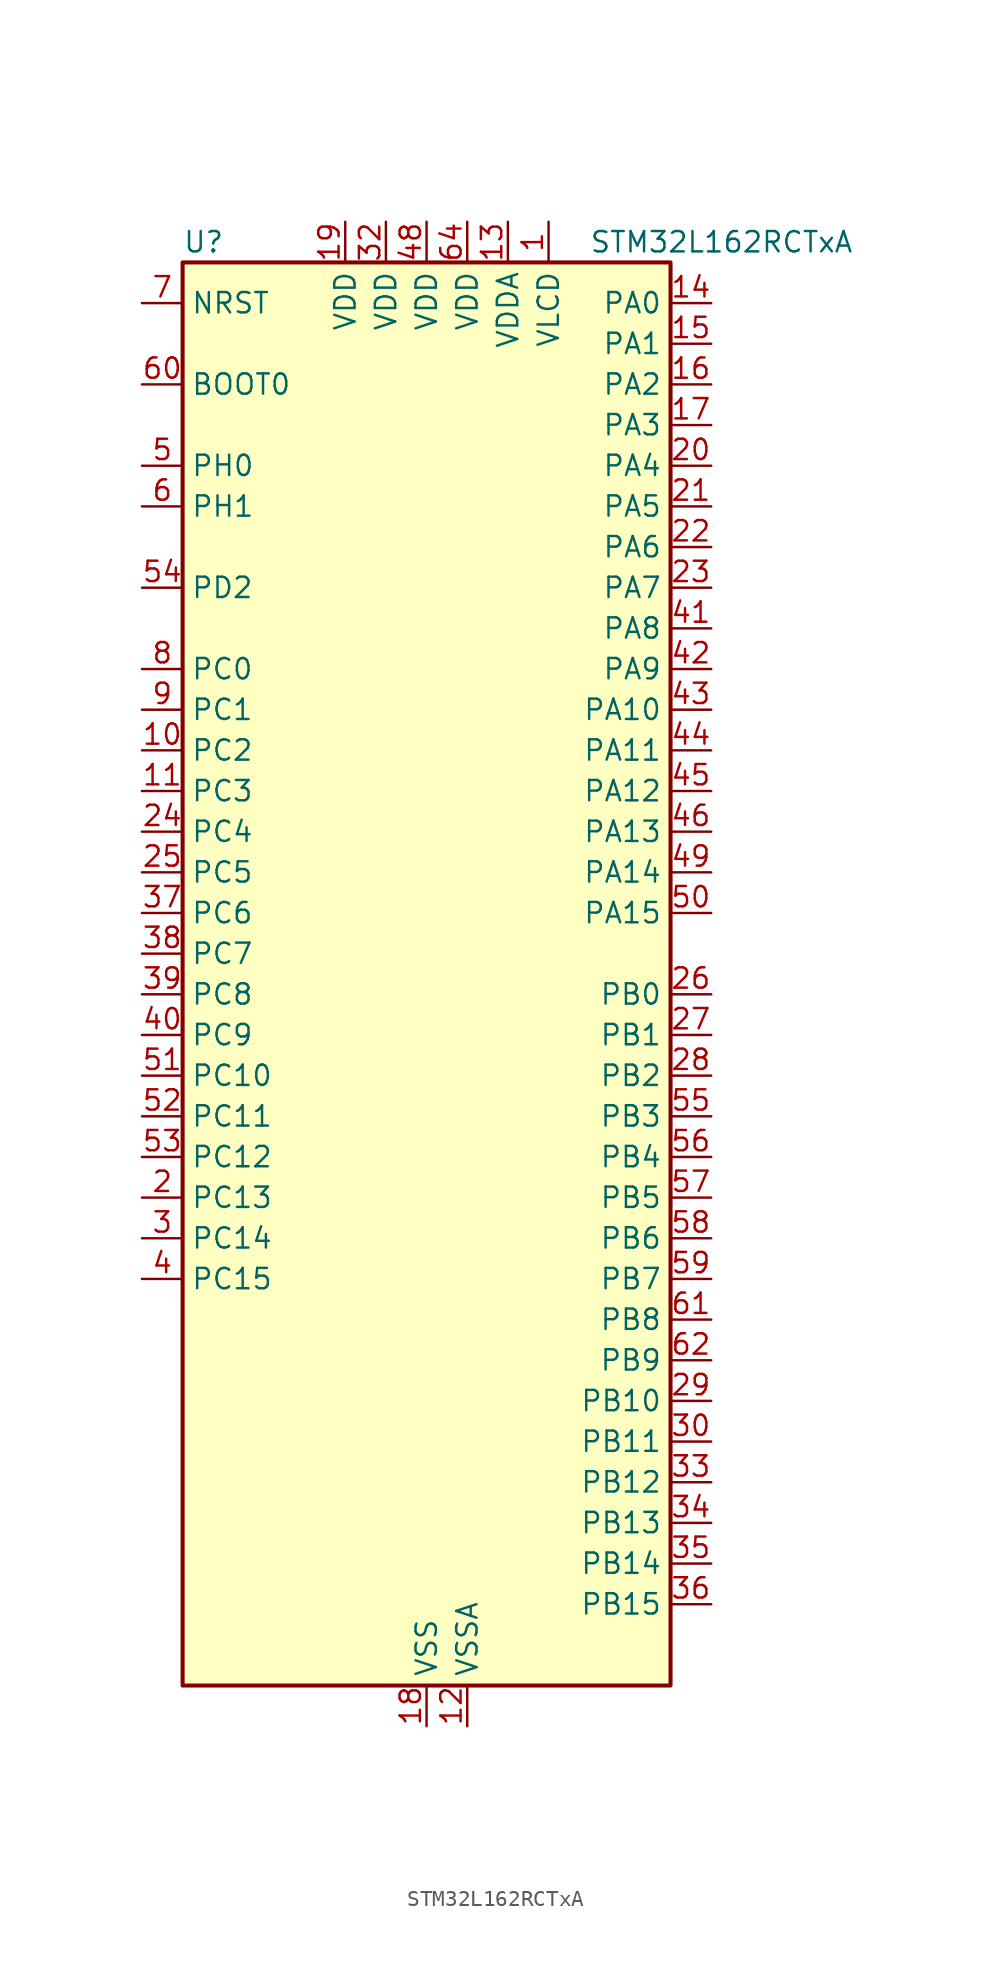
<source format=kicad_sym>
(kicad_symbol_lib
  (version 20231120)
  (generator "kicad-library-utils")
  (generator_version "8.0")
  (symbol "STM32L162RCTxA"
    (property "Reference" "U"
      (at -15.24 46.99 0)
      (effects (font (size 1.27 1.27)) (justify left)))
    (property "Value" "STM32L162RCTxA"
      (at 10.16 46.99 0)
      (effects (font (size 1.27 1.27)) (justify left)))
    (symbol "STM32L162RCTxA_0_1"
      (rectangle (start -15.24 -43.18) (end 15.24 45.72) (stroke (width 0.254) (type default)) (fill (type background))))
    (symbol "STM32L162RCTxA_1_1"
      (pin power_in line (at 7.62 48.26 270) (length 2.54) (name "VLCD" (effects (font (size 1.27 1.27)))) (number "1" (effects (font (size 1.27 1.27)))))
      (pin bidirectional line (at -17.78 15.24 0) (length 2.54) (name "PC2" (effects (font (size 1.27 1.27)))) (number "10" (effects (font (size 1.27 1.27)))) (alternate "ADC_IN12" bidirectional line) (alternate "COMP1_INP" bidirectional line) (alternate "LCD_SEG20" bidirectional line) (alternate "TIMX_IC3" bidirectional line) (alternate "TS_G8_IO3" bidirectional line))
      (pin bidirectional line (at -17.78 12.7 0) (length 2.54) (name "PC3" (effects (font (size 1.27 1.27)))) (number "11" (effects (font (size 1.27 1.27)))) (alternate "ADC_IN13" bidirectional line) (alternate "COMP1_INP" bidirectional line) (alternate "LCD_SEG21" bidirectional line) (alternate "TIMX_IC4" bidirectional line) (alternate "TS_G8_IO4" bidirectional line))
      (pin power_in line (at 2.54 -45.72 90) (length 2.54) (name "VSSA" (effects (font (size 1.27 1.27)))) (number "12" (effects (font (size 1.27 1.27)))))
      (pin power_in line (at 5.08 48.26 270) (length 2.54) (name "VDDA" (effects (font (size 1.27 1.27)))) (number "13" (effects (font (size 1.27 1.27)))))
      (pin bidirectional line (at 17.78 43.18 180) (length 2.54) (name "PA0" (effects (font (size 1.27 1.27)))) (number "14" (effects (font (size 1.27 1.27)))) (alternate "ADC_IN0" bidirectional line) (alternate "COMP1_INP" bidirectional line) (alternate "RTC_TAMP2" bidirectional line) (alternate "SYS_WKUP1" bidirectional line) (alternate "TIM2_CH1" bidirectional line) (alternate "TIM2_ETR" bidirectional line) (alternate "TIM5_CH1" bidirectional line) (alternate "TIMX_IC1" bidirectional line) (alternate "TS_G1_IO1" bidirectional line) (alternate "USART2_CTS" bidirectional line))
      (pin bidirectional line (at 17.78 40.64 180) (length 2.54) (name "PA1" (effects (font (size 1.27 1.27)))) (number "15" (effects (font (size 1.27 1.27)))) (alternate "ADC_IN1" bidirectional line) (alternate "COMP1_INP" bidirectional line) (alternate "LCD_SEG0" bidirectional line) (alternate "OPAMP1_VINP" bidirectional line) (alternate "TIM2_CH2" bidirectional line) (alternate "TIM5_CH2" bidirectional line) (alternate "TIMX_IC2" bidirectional line) (alternate "TS_G1_IO2" bidirectional line) (alternate "USART2_RTS" bidirectional line))
      (pin bidirectional line (at 17.78 38.1 180) (length 2.54) (name "PA2" (effects (font (size 1.27 1.27)))) (number "16" (effects (font (size 1.27 1.27)))) (alternate "ADC_IN2" bidirectional line) (alternate "COMP1_INP" bidirectional line) (alternate "LCD_SEG1" bidirectional line) (alternate "OPAMP1_VINM" bidirectional line) (alternate "TIM2_CH3" bidirectional line) (alternate "TIM5_CH3" bidirectional line) (alternate "TIM9_CH1" bidirectional line) (alternate "TIMX_IC3" bidirectional line) (alternate "TS_G1_IO3" bidirectional line) (alternate "USART2_TX" bidirectional line))
      (pin bidirectional line (at 17.78 35.56 180) (length 2.54) (name "PA3" (effects (font (size 1.27 1.27)))) (number "17" (effects (font (size 1.27 1.27)))) (alternate "ADC_IN3" bidirectional line) (alternate "COMP1_INP" bidirectional line) (alternate "LCD_SEG2" bidirectional line) (alternate "OPAMP1_VOUT" bidirectional line) (alternate "TIM2_CH4" bidirectional line) (alternate "TIM5_CH4" bidirectional line) (alternate "TIM9_CH2" bidirectional line) (alternate "TIMX_IC4" bidirectional line) (alternate "TS_G1_IO4" bidirectional line) (alternate "USART2_RX" bidirectional line))
      (pin power_in line (at 0 -45.72 90) (length 2.54) (name "VSS" (effects (font (size 1.27 1.27)))) (number "18" (effects (font (size 1.27 1.27)))))
      (pin power_in line (at -5.08 48.26 270) (length 2.54) (name "VDD" (effects (font (size 1.27 1.27)))) (number "19" (effects (font (size 1.27 1.27)))))
      (pin bidirectional line (at -17.78 -12.7 0) (length 2.54) (name "PC13" (effects (font (size 1.27 1.27)))) (number "2" (effects (font (size 1.27 1.27)))) (alternate "RTC_OUT_ALARM" bidirectional line) (alternate "RTC_OUT_CALIB" bidirectional line) (alternate "RTC_TAMP1" bidirectional line) (alternate "RTC_TS" bidirectional line) (alternate "SYS_WKUP2" bidirectional line) (alternate "TIMX_IC2" bidirectional line))
      (pin bidirectional line (at 17.78 33.02 180) (length 2.54) (name "PA4" (effects (font (size 1.27 1.27)))) (number "20" (effects (font (size 1.27 1.27)))) (alternate "ADC_IN4" bidirectional line) (alternate "COMP1_INP" bidirectional line) (alternate "DAC_OUT1" bidirectional line) (alternate "I2S3_WS" bidirectional line) (alternate "SPI1_NSS" bidirectional line) (alternate "SPI3_NSS" bidirectional line) (alternate "TIMX_IC1" bidirectional line) (alternate "USART2_CK" bidirectional line))
      (pin bidirectional line (at 17.78 30.48 180) (length 2.54) (name "PA5" (effects (font (size 1.27 1.27)))) (number "21" (effects (font (size 1.27 1.27)))) (alternate "ADC_IN5" bidirectional line) (alternate "COMP1_INP" bidirectional line) (alternate "DAC_OUT2" bidirectional line) (alternate "SPI1_SCK" bidirectional line) (alternate "TIM2_CH1" bidirectional line) (alternate "TIM2_ETR" bidirectional line) (alternate "TIMX_IC2" bidirectional line))
      (pin bidirectional line (at 17.78 27.94 180) (length 2.54) (name "PA6" (effects (font (size 1.27 1.27)))) (number "22" (effects (font (size 1.27 1.27)))) (alternate "ADC_IN6" bidirectional line) (alternate "COMP1_INP" bidirectional line) (alternate "LCD_SEG3" bidirectional line) (alternate "OPAMP2_VINP" bidirectional line) (alternate "SPI1_MISO" bidirectional line) (alternate "TIM10_CH1" bidirectional line) (alternate "TIM3_CH1" bidirectional line) (alternate "TIMX_IC3" bidirectional line) (alternate "TS_G2_IO1" bidirectional line))
      (pin bidirectional line (at 17.78 25.4 180) (length 2.54) (name "PA7" (effects (font (size 1.27 1.27)))) (number "23" (effects (font (size 1.27 1.27)))) (alternate "ADC_IN7" bidirectional line) (alternate "COMP1_INP" bidirectional line) (alternate "LCD_SEG4" bidirectional line) (alternate "OPAMP2_VINM" bidirectional line) (alternate "SPI1_MOSI" bidirectional line) (alternate "TIM11_CH1" bidirectional line) (alternate "TIM3_CH2" bidirectional line) (alternate "TIMX_IC4" bidirectional line) (alternate "TS_G2_IO2" bidirectional line))
      (pin bidirectional line (at -17.78 10.16 0) (length 2.54) (name "PC4" (effects (font (size 1.27 1.27)))) (number "24" (effects (font (size 1.27 1.27)))) (alternate "ADC_IN14" bidirectional line) (alternate "COMP1_INP" bidirectional line) (alternate "LCD_SEG22" bidirectional line) (alternate "TIMX_IC1" bidirectional line) (alternate "TS_G9_IO1" bidirectional line))
      (pin bidirectional line (at -17.78 7.62 0) (length 2.54) (name "PC5" (effects (font (size 1.27 1.27)))) (number "25" (effects (font (size 1.27 1.27)))) (alternate "ADC_IN15" bidirectional line) (alternate "COMP1_INP" bidirectional line) (alternate "LCD_SEG23" bidirectional line) (alternate "TIMX_IC2" bidirectional line) (alternate "TS_G9_IO2" bidirectional line))
      (pin bidirectional line (at 17.78 0 180) (length 2.54) (name "PB0" (effects (font (size 1.27 1.27)))) (number "26" (effects (font (size 1.27 1.27)))) (alternate "ADC_IN8" bidirectional line) (alternate "COMP1_INP" bidirectional line) (alternate "LCD_SEG5" bidirectional line) (alternate "OPAMP2_VOUT" bidirectional line) (alternate "SYS_V_REF_OUT" bidirectional line) (alternate "TIM3_CH3" bidirectional line) (alternate "TS_G3_IO1" bidirectional line))
      (pin bidirectional line (at 17.78 -2.54 180) (length 2.54) (name "PB1" (effects (font (size 1.27 1.27)))) (number "27" (effects (font (size 1.27 1.27)))) (alternate "ADC_IN9" bidirectional line) (alternate "COMP1_INP" bidirectional line) (alternate "LCD_SEG6" bidirectional line) (alternate "SYS_V_REF_OUT" bidirectional line) (alternate "TIM3_CH4" bidirectional line) (alternate "TS_G3_IO2" bidirectional line))
      (pin bidirectional line (at 17.78 -5.08 180) (length 2.54) (name "PB2" (effects (font (size 1.27 1.27)))) (number "28" (effects (font (size 1.27 1.27)))) (alternate "TS_G3_IO3" bidirectional line))
      (pin bidirectional line (at 17.78 -25.4 180) (length 2.54) (name "PB10" (effects (font (size 1.27 1.27)))) (number "29" (effects (font (size 1.27 1.27)))) (alternate "I2C2_SCL" bidirectional line) (alternate "LCD_SEG10" bidirectional line) (alternate "TIM2_CH3" bidirectional line) (alternate "USART3_TX" bidirectional line))
      (pin bidirectional line (at -17.78 -15.24 0) (length 2.54) (name "PC14" (effects (font (size 1.27 1.27)))) (number "3" (effects (font (size 1.27 1.27)))) (alternate "RCC_OSC32_IN" bidirectional line) (alternate "TIMX_IC3" bidirectional line))
      (pin bidirectional line (at 17.78 -27.94 180) (length 2.54) (name "PB11" (effects (font (size 1.27 1.27)))) (number "30" (effects (font (size 1.27 1.27)))) (alternate "ADC_EXTI11" bidirectional line) (alternate "I2C2_SDA" bidirectional line) (alternate "LCD_SEG11" bidirectional line) (alternate "TIM2_CH4" bidirectional line) (alternate "USART3_RX" bidirectional line))
      (pin passive line (at 0 -45.72 90) (length 2.54) hide (name "VSS" (effects (font (size 1.27 1.27)))) (number "31" (effects (font (size 1.27 1.27)))))
      (pin power_in line (at -2.54 48.26 270) (length 2.54) (name "VDD" (effects (font (size 1.27 1.27)))) (number "32" (effects (font (size 1.27 1.27)))))
      (pin bidirectional line (at 17.78 -30.48 180) (length 2.54) (name "PB12" (effects (font (size 1.27 1.27)))) (number "33" (effects (font (size 1.27 1.27)))) (alternate "ADC_IN18" bidirectional line) (alternate "COMP1_INP" bidirectional line) (alternate "I2C2_SMBA" bidirectional line) (alternate "I2S2_WS" bidirectional line) (alternate "LCD_SEG12" bidirectional line) (alternate "SPI2_NSS" bidirectional line) (alternate "TIM10_CH1" bidirectional line) (alternate "TS_G7_IO1" bidirectional line) (alternate "USART3_CK" bidirectional line))
      (pin bidirectional line (at 17.78 -33.02 180) (length 2.54) (name "PB13" (effects (font (size 1.27 1.27)))) (number "34" (effects (font (size 1.27 1.27)))) (alternate "ADC_IN19" bidirectional line) (alternate "COMP1_INP" bidirectional line) (alternate "I2S2_CK" bidirectional line) (alternate "LCD_SEG13" bidirectional line) (alternate "SPI2_SCK" bidirectional line) (alternate "TIM9_CH1" bidirectional line) (alternate "TS_G7_IO2" bidirectional line) (alternate "USART3_CTS" bidirectional line))
      (pin bidirectional line (at 17.78 -35.56 180) (length 2.54) (name "PB14" (effects (font (size 1.27 1.27)))) (number "35" (effects (font (size 1.27 1.27)))) (alternate "ADC_IN20" bidirectional line) (alternate "COMP1_INP" bidirectional line) (alternate "LCD_SEG14" bidirectional line) (alternate "SPI2_MISO" bidirectional line) (alternate "TIM9_CH2" bidirectional line) (alternate "TS_G7_IO3" bidirectional line) (alternate "USART3_RTS" bidirectional line))
      (pin bidirectional line (at 17.78 -38.1 180) (length 2.54) (name "PB15" (effects (font (size 1.27 1.27)))) (number "36" (effects (font (size 1.27 1.27)))) (alternate "ADC_EXTI15" bidirectional line) (alternate "ADC_IN21" bidirectional line) (alternate "COMP1_INP" bidirectional line) (alternate "I2S2_SD" bidirectional line) (alternate "LCD_SEG15" bidirectional line) (alternate "RTC_REFIN" bidirectional line) (alternate "SPI2_MOSI" bidirectional line) (alternate "TIM11_CH1" bidirectional line) (alternate "TS_G7_IO4" bidirectional line))
      (pin bidirectional line (at -17.78 5.08 0) (length 2.54) (name "PC6" (effects (font (size 1.27 1.27)))) (number "37" (effects (font (size 1.27 1.27)))) (alternate "I2S2_MCK" bidirectional line) (alternate "LCD_SEG24" bidirectional line) (alternate "TIM3_CH1" bidirectional line) (alternate "TIMX_IC3" bidirectional line) (alternate "TS_G10_IO1" bidirectional line))
      (pin bidirectional line (at -17.78 2.54 0) (length 2.54) (name "PC7" (effects (font (size 1.27 1.27)))) (number "38" (effects (font (size 1.27 1.27)))) (alternate "I2S3_MCK" bidirectional line) (alternate "LCD_SEG25" bidirectional line) (alternate "TIM3_CH2" bidirectional line) (alternate "TIMX_IC4" bidirectional line) (alternate "TS_G10_IO2" bidirectional line))
      (pin bidirectional line (at -17.78 0 0) (length 2.54) (name "PC8" (effects (font (size 1.27 1.27)))) (number "39" (effects (font (size 1.27 1.27)))) (alternate "LCD_SEG26" bidirectional line) (alternate "TIM3_CH3" bidirectional line) (alternate "TIMX_IC1" bidirectional line) (alternate "TS_G10_IO3" bidirectional line))
      (pin bidirectional line (at -17.78 -17.78 0) (length 2.54) (name "PC15" (effects (font (size 1.27 1.27)))) (number "4" (effects (font (size 1.27 1.27)))) (alternate "ADC_EXTI15" bidirectional line) (alternate "RCC_OSC32_OUT" bidirectional line) (alternate "TIMX_IC4" bidirectional line))
      (pin bidirectional line (at -17.78 -2.54 0) (length 2.54) (name "PC9" (effects (font (size 1.27 1.27)))) (number "40" (effects (font (size 1.27 1.27)))) (alternate "DAC_EXTI9" bidirectional line) (alternate "LCD_SEG27" bidirectional line) (alternate "TIM3_CH4" bidirectional line) (alternate "TIMX_IC2" bidirectional line) (alternate "TS_G10_IO4" bidirectional line))
      (pin bidirectional line (at 17.78 22.86 180) (length 2.54) (name "PA8" (effects (font (size 1.27 1.27)))) (number "41" (effects (font (size 1.27 1.27)))) (alternate "LCD_COM0" bidirectional line) (alternate "RCC_MCO" bidirectional line) (alternate "TIMX_IC1" bidirectional line) (alternate "TS_G4_IO1" bidirectional line) (alternate "USART1_CK" bidirectional line))
      (pin bidirectional line (at 17.78 20.32 180) (length 2.54) (name "PA9" (effects (font (size 1.27 1.27)))) (number "42" (effects (font (size 1.27 1.27)))) (alternate "DAC_EXTI9" bidirectional line) (alternate "LCD_COM1" bidirectional line) (alternate "TIMX_IC2" bidirectional line) (alternate "TS_G4_IO2" bidirectional line) (alternate "USART1_TX" bidirectional line))
      (pin bidirectional line (at 17.78 17.78 180) (length 2.54) (name "PA10" (effects (font (size 1.27 1.27)))) (number "43" (effects (font (size 1.27 1.27)))) (alternate "LCD_COM2" bidirectional line) (alternate "TIMX_IC3" bidirectional line) (alternate "TS_G4_IO3" bidirectional line) (alternate "USART1_RX" bidirectional line))
      (pin bidirectional line (at 17.78 15.24 180) (length 2.54) (name "PA11" (effects (font (size 1.27 1.27)))) (number "44" (effects (font (size 1.27 1.27)))) (alternate "ADC_EXTI11" bidirectional line) (alternate "SPI1_MISO" bidirectional line) (alternate "TIMX_IC4" bidirectional line) (alternate "USART1_CTS" bidirectional line) (alternate "USB_DM" bidirectional line))
      (pin bidirectional line (at 17.78 12.7 180) (length 2.54) (name "PA12" (effects (font (size 1.27 1.27)))) (number "45" (effects (font (size 1.27 1.27)))) (alternate "SPI1_MOSI" bidirectional line) (alternate "TIMX_IC1" bidirectional line) (alternate "USART1_RTS" bidirectional line) (alternate "USB_DP" bidirectional line))
      (pin bidirectional line (at 17.78 10.16 180) (length 2.54) (name "PA13" (effects (font (size 1.27 1.27)))) (number "46" (effects (font (size 1.27 1.27)))) (alternate "SYS_JTMS-SWDIO" bidirectional line) (alternate "TIMX_IC2" bidirectional line) (alternate "TS_G5_IO1" bidirectional line))
      (pin passive line (at 0 -45.72 90) (length 2.54) hide (name "VSS" (effects (font (size 1.27 1.27)))) (number "47" (effects (font (size 1.27 1.27)))))
      (pin power_in line (at 0 48.26 270) (length 2.54) (name "VDD" (effects (font (size 1.27 1.27)))) (number "48" (effects (font (size 1.27 1.27)))))
      (pin bidirectional line (at 17.78 7.62 180) (length 2.54) (name "PA14" (effects (font (size 1.27 1.27)))) (number "49" (effects (font (size 1.27 1.27)))) (alternate "SYS_JTCK-SWCLK" bidirectional line) (alternate "TIMX_IC3" bidirectional line) (alternate "TS_G5_IO2" bidirectional line))
      (pin bidirectional line (at -17.78 33.02 0) (length 2.54) (name "PH0" (effects (font (size 1.27 1.27)))) (number "5" (effects (font (size 1.27 1.27)))) (alternate "RCC_OSC_IN" bidirectional line))
      (pin bidirectional line (at 17.78 5.08 180) (length 2.54) (name "PA15" (effects (font (size 1.27 1.27)))) (number "50" (effects (font (size 1.27 1.27)))) (alternate "ADC_EXTI15" bidirectional line) (alternate "I2S3_WS" bidirectional line) (alternate "LCD_SEG17" bidirectional line) (alternate "SPI1_NSS" bidirectional line) (alternate "SPI3_NSS" bidirectional line) (alternate "SYS_JTDI" bidirectional line) (alternate "TIM2_CH1" bidirectional line) (alternate "TIM2_ETR" bidirectional line) (alternate "TIMX_IC4" bidirectional line) (alternate "TS_G5_IO3" bidirectional line))
      (pin bidirectional line (at -17.78 -5.08 0) (length 2.54) (name "PC10" (effects (font (size 1.27 1.27)))) (number "51" (effects (font (size 1.27 1.27)))) (alternate "I2S3_CK" bidirectional line) (alternate "LCD_COM4" bidirectional line) (alternate "LCD_SEG28" bidirectional line) (alternate "LCD_SEG40" bidirectional line) (alternate "SPI3_SCK" bidirectional line) (alternate "TIMX_IC3" bidirectional line) (alternate "USART3_TX" bidirectional line))
      (pin bidirectional line (at -17.78 -7.62 0) (length 2.54) (name "PC11" (effects (font (size 1.27 1.27)))) (number "52" (effects (font (size 1.27 1.27)))) (alternate "ADC_EXTI11" bidirectional line) (alternate "LCD_COM5" bidirectional line) (alternate "LCD_SEG29" bidirectional line) (alternate "LCD_SEG41" bidirectional line) (alternate "SPI3_MISO" bidirectional line) (alternate "TIMX_IC4" bidirectional line) (alternate "USART3_RX" bidirectional line))
      (pin bidirectional line (at -17.78 -10.16 0) (length 2.54) (name "PC12" (effects (font (size 1.27 1.27)))) (number "53" (effects (font (size 1.27 1.27)))) (alternate "I2S3_SD" bidirectional line) (alternate "LCD_COM6" bidirectional line) (alternate "LCD_SEG30" bidirectional line) (alternate "LCD_SEG42" bidirectional line) (alternate "SPI3_MOSI" bidirectional line) (alternate "TIMX_IC1" bidirectional line) (alternate "USART3_CK" bidirectional line))
      (pin bidirectional line (at -17.78 25.4 0) (length 2.54) (name "PD2" (effects (font (size 1.27 1.27)))) (number "54" (effects (font (size 1.27 1.27)))) (alternate "LCD_COM7" bidirectional line) (alternate "LCD_SEG31" bidirectional line) (alternate "LCD_SEG43" bidirectional line) (alternate "TIM3_ETR" bidirectional line) (alternate "TIMX_IC3" bidirectional line))
      (pin bidirectional line (at 17.78 -7.62 180) (length 2.54) (name "PB3" (effects (font (size 1.27 1.27)))) (number "55" (effects (font (size 1.27 1.27)))) (alternate "COMP2_INM" bidirectional line) (alternate "I2S3_CK" bidirectional line) (alternate "LCD_SEG7" bidirectional line) (alternate "SPI1_SCK" bidirectional line) (alternate "SPI3_SCK" bidirectional line) (alternate "SYS_JTDO-TRACESWO" bidirectional line) (alternate "TIM2_CH2" bidirectional line))
      (pin bidirectional line (at 17.78 -10.16 180) (length 2.54) (name "PB4" (effects (font (size 1.27 1.27)))) (number "56" (effects (font (size 1.27 1.27)))) (alternate "COMP2_INP" bidirectional line) (alternate "LCD_SEG8" bidirectional line) (alternate "SPI1_MISO" bidirectional line) (alternate "SPI3_MISO" bidirectional line) (alternate "SYS_JTRST" bidirectional line) (alternate "TIM3_CH1" bidirectional line) (alternate "TS_G6_IO1" bidirectional line))
      (pin bidirectional line (at 17.78 -12.7 180) (length 2.54) (name "PB5" (effects (font (size 1.27 1.27)))) (number "57" (effects (font (size 1.27 1.27)))) (alternate "COMP2_INP" bidirectional line) (alternate "I2C1_SMBA" bidirectional line) (alternate "I2S3_SD" bidirectional line) (alternate "LCD_SEG9" bidirectional line) (alternate "SPI1_MOSI" bidirectional line) (alternate "SPI3_MOSI" bidirectional line) (alternate "TIM3_CH2" bidirectional line) (alternate "TS_G6_IO2" bidirectional line))
      (pin bidirectional line (at 17.78 -15.24 180) (length 2.54) (name "PB6" (effects (font (size 1.27 1.27)))) (number "58" (effects (font (size 1.27 1.27)))) (alternate "COMP2_INP" bidirectional line) (alternate "I2C1_SCL" bidirectional line) (alternate "TIM4_CH1" bidirectional line) (alternate "TS_G6_IO3" bidirectional line) (alternate "USART1_TX" bidirectional line))
      (pin bidirectional line (at 17.78 -17.78 180) (length 2.54) (name "PB7" (effects (font (size 1.27 1.27)))) (number "59" (effects (font (size 1.27 1.27)))) (alternate "COMP2_INP" bidirectional line) (alternate "I2C1_SDA" bidirectional line) (alternate "SYS_PVD_IN" bidirectional line) (alternate "TIM4_CH2" bidirectional line) (alternate "TS_G6_IO4" bidirectional line) (alternate "USART1_RX" bidirectional line))
      (pin bidirectional line (at -17.78 30.48 0) (length 2.54) (name "PH1" (effects (font (size 1.27 1.27)))) (number "6" (effects (font (size 1.27 1.27)))) (alternate "RCC_OSC_OUT" bidirectional line))
      (pin input line (at -17.78 38.1 0) (length 2.54) (name "BOOT0" (effects (font (size 1.27 1.27)))) (number "60" (effects (font (size 1.27 1.27)))))
      (pin bidirectional line (at 17.78 -20.32 180) (length 2.54) (name "PB8" (effects (font (size 1.27 1.27)))) (number "61" (effects (font (size 1.27 1.27)))) (alternate "I2C1_SCL" bidirectional line) (alternate "LCD_SEG16" bidirectional line) (alternate "TIM10_CH1" bidirectional line) (alternate "TIM4_CH3" bidirectional line))
      (pin bidirectional line (at 17.78 -22.86 180) (length 2.54) (name "PB9" (effects (font (size 1.27 1.27)))) (number "62" (effects (font (size 1.27 1.27)))) (alternate "DAC_EXTI9" bidirectional line) (alternate "I2C1_SDA" bidirectional line) (alternate "LCD_COM3" bidirectional line) (alternate "TIM11_CH1" bidirectional line) (alternate "TIM4_CH4" bidirectional line))
      (pin passive line (at 0 -45.72 90) (length 2.54) hide (name "VSS" (effects (font (size 1.27 1.27)))) (number "63" (effects (font (size 1.27 1.27)))))
      (pin power_in line (at 2.54 48.26 270) (length 2.54) (name "VDD" (effects (font (size 1.27 1.27)))) (number "64" (effects (font (size 1.27 1.27)))))
      (pin input line (at -17.78 43.18 0) (length 2.54) (name "NRST" (effects (font (size 1.27 1.27)))) (number "7" (effects (font (size 1.27 1.27)))))
      (pin bidirectional line (at -17.78 20.32 0) (length 2.54) (name "PC0" (effects (font (size 1.27 1.27)))) (number "8" (effects (font (size 1.27 1.27)))) (alternate "ADC_IN10" bidirectional line) (alternate "COMP1_INP" bidirectional line) (alternate "LCD_SEG18" bidirectional line) (alternate "TIMX_IC1" bidirectional line) (alternate "TS_G8_IO1" bidirectional line))
      (pin bidirectional line (at -17.78 17.78 0) (length 2.54) (name "PC1" (effects (font (size 1.27 1.27)))) (number "9" (effects (font (size 1.27 1.27)))) (alternate "ADC_IN11" bidirectional line) (alternate "COMP1_INP" bidirectional line) (alternate "LCD_SEG19" bidirectional line) (alternate "TIMX_IC2" bidirectional line) (alternate "TS_G8_IO2" bidirectional line)))))
</source>
